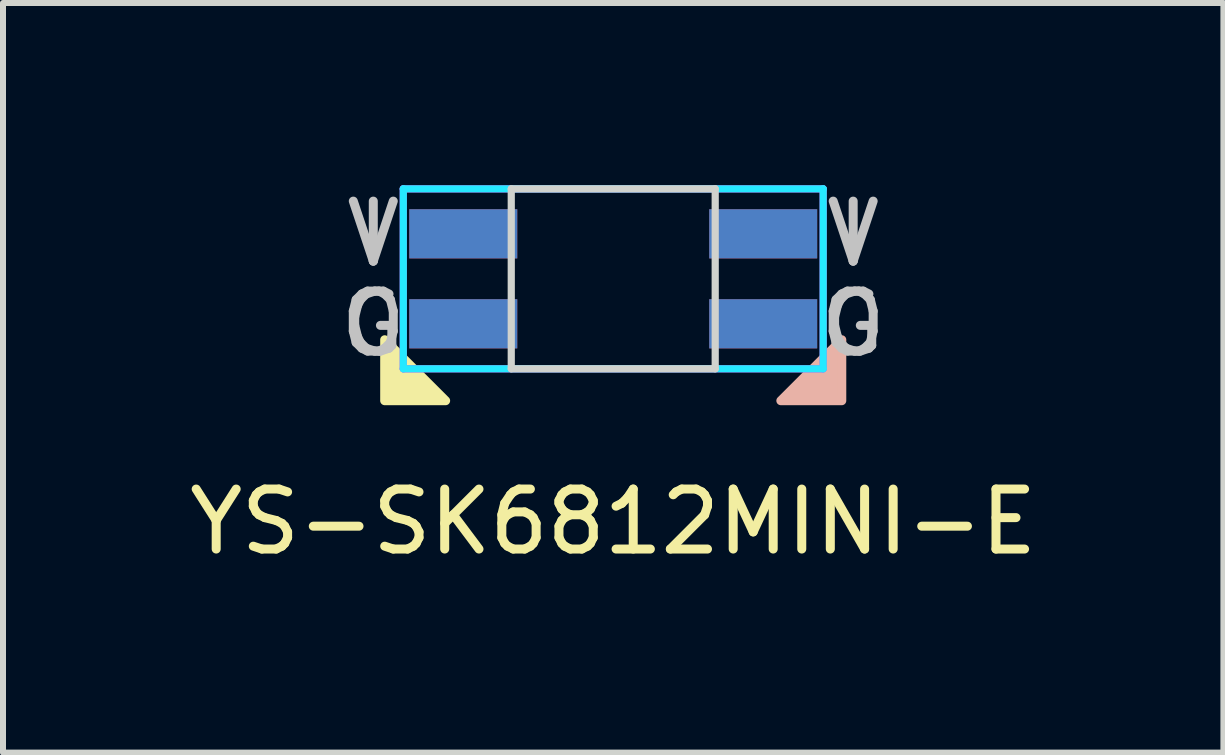
<source format=kicad_pcb>
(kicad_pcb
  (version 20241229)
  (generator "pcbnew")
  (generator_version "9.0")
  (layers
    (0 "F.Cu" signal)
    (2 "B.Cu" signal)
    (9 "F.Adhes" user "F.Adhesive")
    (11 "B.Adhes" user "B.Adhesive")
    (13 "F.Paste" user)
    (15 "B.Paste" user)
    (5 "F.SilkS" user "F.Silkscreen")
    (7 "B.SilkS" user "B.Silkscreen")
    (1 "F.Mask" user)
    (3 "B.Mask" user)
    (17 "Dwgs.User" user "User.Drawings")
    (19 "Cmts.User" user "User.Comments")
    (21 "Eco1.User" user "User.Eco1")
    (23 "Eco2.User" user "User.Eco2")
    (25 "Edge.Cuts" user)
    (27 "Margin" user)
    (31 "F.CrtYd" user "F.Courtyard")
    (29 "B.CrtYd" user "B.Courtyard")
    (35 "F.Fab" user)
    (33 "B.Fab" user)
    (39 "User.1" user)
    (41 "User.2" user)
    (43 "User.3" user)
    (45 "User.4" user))
  (footprint "YS-SK6812MINI-E"
    (layer "F.Cu")
    (at 7.173 1.598)
    (property "Reference" "YS-SK6812MINI-E" (at 0 4.05 0) (layer "F.SilkS") (effects (font (size 1 1) (thickness 0.15))))
    (attr through_hole)
    (fp_poly (pts (xy -3.81 1.016) (xy -2.794 2.032) (xy -3.81 2.032)) (stroke (width 0.15) (type solid)) (fill yes) (layer "F.SilkS"))
    (fp_poly (pts (xy 3.81 1.016) (xy 2.794 2.032) (xy 3.81 2.032)) (stroke (width 0.15) (type solid)) (fill yes) (layer "B.SilkS"))
    (fp_line (start -1.7 -1.5) (end 1.7 -1.5) (stroke (width 0.12) (type solid)) (layer "Edge.Cuts"))
    (fp_line (start -1.7 1.5) (end -1.7 -1.5) (stroke (width 0.12) (type solid)) (layer "Edge.Cuts"))
    (fp_line (start -1.7 1.5) (end 1.7 1.5) (stroke (width 0.12) (type solid)) (layer "Edge.Cuts"))
    (fp_line (start 1.7 1.5) (end 1.7 -1.5) (stroke (width 0.12) (type solid)) (layer "Edge.Cuts"))
    (fp_line (start -3.5 -1.5) (end 3.5 -1.5) (stroke (width 0.12) (type solid)) (layer "B.CrtYd"))
    (fp_line (start -3.5 1.5) (end -3.5 -1.5) (stroke (width 0.12) (type solid)) (layer "B.CrtYd"))
    (fp_line (start 3.5 -1.5) (end 3.5 1.5) (stroke (width 0.12) (type solid)) (layer "B.CrtYd"))
    (fp_line (start 3.5 1.5) (end -3.5 1.5) (stroke (width 0.12) (type solid)) (layer "B.CrtYd"))
    (fp_line (start -3.5 -1.5) (end -3.5 1.5) (stroke (width 0.12) (type solid)) (layer "F.CrtYd"))
    (fp_line (start -3.5 1.5) (end 3.5 1.5) (stroke (width 0.12) (type solid)) (layer "F.CrtYd"))
    (fp_line (start 3.5 -1.5) (end -3.5 -1.5) (stroke (width 0.12) (type solid)) (layer "F.CrtYd"))
    (fp_line (start 3.5 1.5) (end 3.5 -1.5) (stroke (width 0.12) (type solid)) (layer "F.CrtYd"))
    (fp_text user "G" (at -4 0.75 0) (layer "Dwgs.User") (effects (font (size 1 1) (thickness 0.15))))
    (fp_text user "V" (at 4 -0.75 0) (layer "Dwgs.User") (effects (font (size 1 1) (thickness 0.15))))
    (fp_text user "I" (at 4 -0.75 0) (layer "Dwgs.User") (effects (font (size 1 1) (thickness 0.15))))
    (fp_text user "O" (at -4 0.75 0) (layer "Dwgs.User") (effects (font (size 1 1) (thickness 0.15))))
    (fp_text user "V" (at -4 -0.75 0) (layer "Dwgs.User") (effects (font (size 1 1) (thickness 0.15))))
    (fp_text user "O" (at 4 0.75 0) (layer "Dwgs.User") (effects (font (size 1 1) (thickness 0.15))))
    (fp_text user "G" (at 4 0.75 0) (layer "Dwgs.User") (effects (font (size 1 1) (thickness 0.15))))
    (fp_text user "I" (at -4 -0.75 0) (layer "Dwgs.User") (effects (font (size 1 1) (thickness 0.15))))
    (pad "1" smd rect (at -2.5 -0.75) (size 1.8 0.82) (layers "B.Cu" "B.Mask" "B.Paste"))
    (pad "1" smd rect (at 2.5 -0.75) (size 1.8 0.82) (layers "F.Cu" "F.Mask" "F.Paste"))
    (pad "2" smd rect (at -2.5 0.75) (size 1.8 0.82) (layers "B.Cu" "B.Mask" "B.Paste"))
    (pad "2" smd rect (at 2.5 0.75) (size 1.8 0.82) (layers "F.Cu" "F.Mask" "F.Paste"))
    (pad "3" smd rect (at -2.5 0.75) (size 1.8 0.82) (layers "F.Cu" "F.Mask" "F.Paste"))
    (pad "3" smd rect (at 2.5 0.75) (size 1.8 0.82) (layers "B.Cu" "B.Mask" "B.Paste"))
    (pad "4" smd rect (at -2.5 -0.75) (size 1.8 0.82) (layers "F.Cu" "F.Mask" "F.Paste"))
    (pad "4" smd rect (at 2.5 -0.75) (size 1.8 0.82) (layers "B.Cu" "B.Mask" "B.Paste")))
  (gr_rect
    (start -3 -3)
    (end 17.345 9.496)
    (stroke (width 0.1) (type default))
    (fill no)
    (layer "Edge.Cuts")))
</source>
